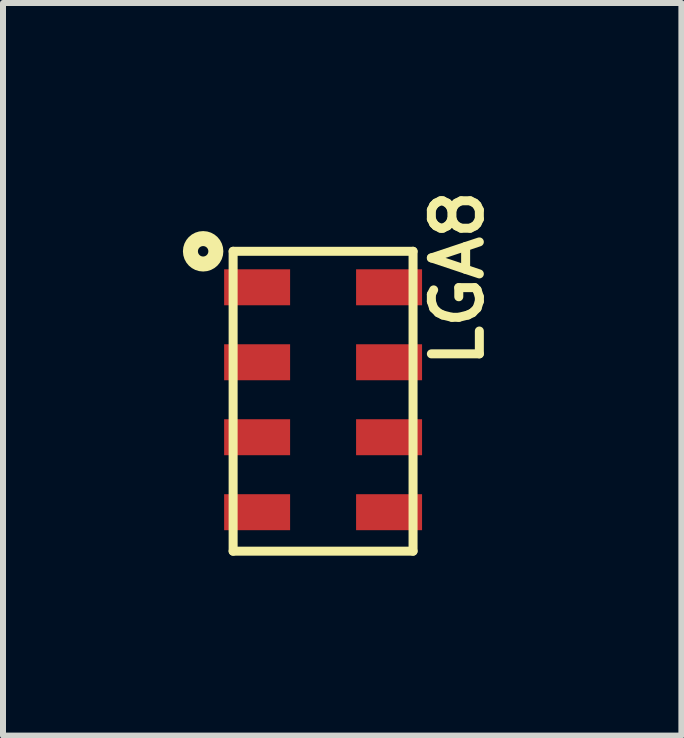
<source format=kicad_pcb>
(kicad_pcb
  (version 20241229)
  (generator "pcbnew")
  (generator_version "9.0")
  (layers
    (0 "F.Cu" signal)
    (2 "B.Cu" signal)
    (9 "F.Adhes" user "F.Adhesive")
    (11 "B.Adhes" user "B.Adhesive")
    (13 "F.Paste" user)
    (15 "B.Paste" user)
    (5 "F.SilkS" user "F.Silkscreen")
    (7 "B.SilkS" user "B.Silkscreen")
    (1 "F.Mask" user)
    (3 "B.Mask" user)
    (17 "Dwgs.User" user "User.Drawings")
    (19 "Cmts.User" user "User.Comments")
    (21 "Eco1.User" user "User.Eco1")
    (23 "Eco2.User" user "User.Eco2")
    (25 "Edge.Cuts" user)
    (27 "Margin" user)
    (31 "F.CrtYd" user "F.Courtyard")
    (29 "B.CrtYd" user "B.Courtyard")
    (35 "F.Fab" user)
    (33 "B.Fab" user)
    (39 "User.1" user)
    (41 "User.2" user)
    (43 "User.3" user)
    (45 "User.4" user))
  (footprint "LGA8"
    (layer "F.Cu")
    (at 2.337 3.64)
    (property "Reference" "LGA8" (at 2.243 -2.047 90) (layer "F.SilkS") (effects (font (size 0.8 0.8) (thickness 0.15))))
    (attr smd)
    (fp_line (start -1.5 -2.5) (end -1.5 2.5) (stroke (width 0.15) (type solid)) (layer "F.SilkS"))
    (fp_line (start -1.5 2.5) (end 1.5 2.5) (stroke (width 0.15) (type solid)) (layer "F.SilkS"))
    (fp_line (start 1.5 -2.5) (end -1.5 -2.5) (stroke (width 0.15) (type solid)) (layer "F.SilkS"))
    (fp_line (start 1.5 2.5) (end 1.5 -2.5) (stroke (width 0.15) (type solid)) (layer "F.SilkS"))
    (fp_circle (center -2 -2.5) (end -1.85 -2.35) (stroke (width 0.25) (type solid)) (fill no) (layer "F.SilkS"))
    (pad "1" smd rect (at -1.1 -1.9) (size 1.1 0.6) (layers "F.Cu" "F.Mask" "F.Paste"))
    (pad "2" smd rect (at -1.1 -0.65) (size 1.1 0.6) (layers "F.Cu" "F.Mask" "F.Paste"))
    (pad "3" smd rect (at -1.1 0.6) (size 1.1 0.6) (layers "F.Cu" "F.Mask" "F.Paste"))
    (pad "4" smd rect (at -1.1 1.85) (size 1.1 0.6) (layers "F.Cu" "F.Mask" "F.Paste"))
    (pad "5" smd rect (at 1.1 1.85) (size 1.1 0.6) (layers "F.Cu" "F.Mask" "F.Paste"))
    (pad "6" smd rect (at 1.1 0.6) (size 1.1 0.6) (layers "F.Cu" "F.Mask" "F.Paste"))
    (pad "7" smd rect (at 1.1 -0.65) (size 1.1 0.6) (layers "F.Cu" "F.Mask" "F.Paste"))
    (pad "8" smd rect (at 1.1 -1.9) (size 1.1 0.6) (layers "F.Cu" "F.Mask" "F.Paste")))
  (gr_rect
    (start -3 -3)
    (end 8.311 9.215)
    (stroke (width 0.1) (type default))
    (fill no)
    (layer "Edge.Cuts")))
</source>
